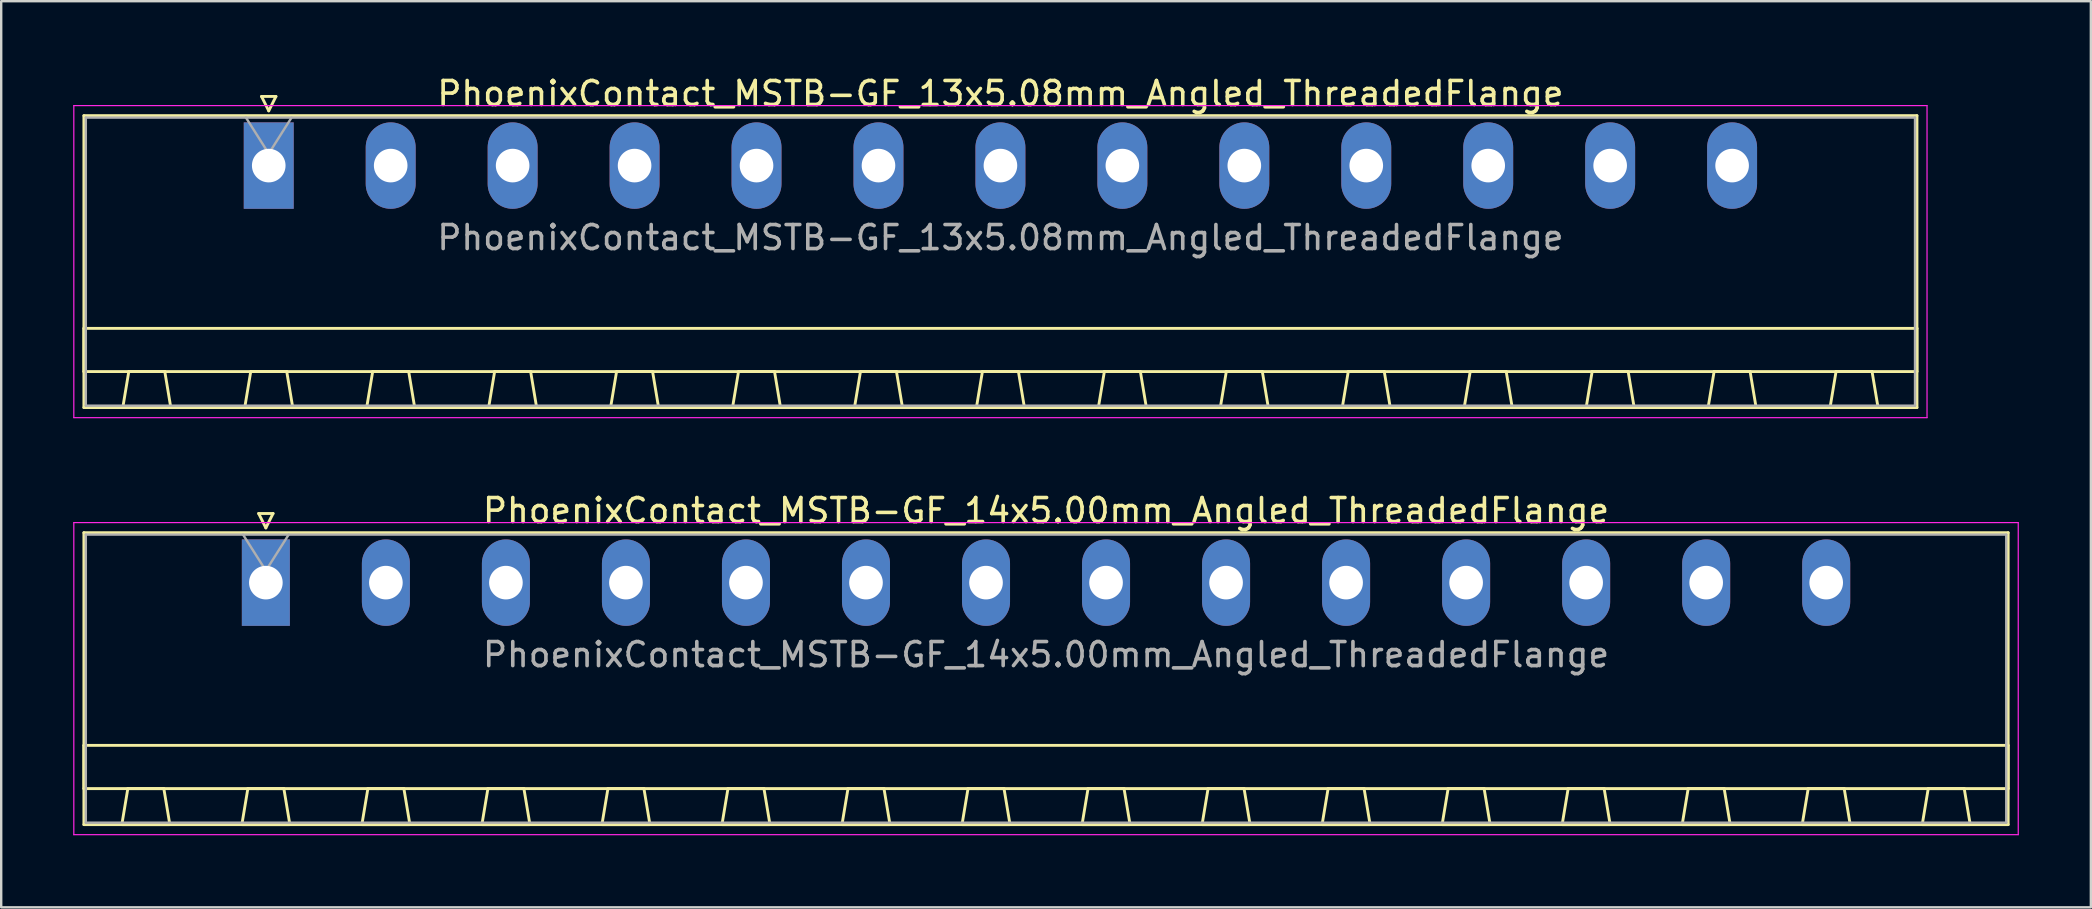
<source format=kicad_pcb>
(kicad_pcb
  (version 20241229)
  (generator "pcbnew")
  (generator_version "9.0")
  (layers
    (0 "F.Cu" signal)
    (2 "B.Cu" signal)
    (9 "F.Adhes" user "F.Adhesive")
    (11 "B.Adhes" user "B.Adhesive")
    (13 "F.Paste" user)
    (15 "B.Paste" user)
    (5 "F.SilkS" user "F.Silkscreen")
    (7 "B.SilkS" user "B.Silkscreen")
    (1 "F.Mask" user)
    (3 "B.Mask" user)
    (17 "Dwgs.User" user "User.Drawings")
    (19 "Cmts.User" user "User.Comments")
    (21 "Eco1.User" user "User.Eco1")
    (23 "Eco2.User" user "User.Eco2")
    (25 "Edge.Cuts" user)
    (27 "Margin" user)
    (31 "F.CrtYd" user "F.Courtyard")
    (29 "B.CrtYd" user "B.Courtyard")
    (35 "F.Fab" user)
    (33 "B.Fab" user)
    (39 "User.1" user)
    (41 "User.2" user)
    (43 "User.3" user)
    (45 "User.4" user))
  (footprint "PhoenixContact_MSTB-GF_13x5.08mm_Angled_ThreadedFlange"
    (layer "F.Cu")
    (at 8.145 3.848)
    (property "Reference" "PhoenixContact_MSTB-GF_13x5.08mm_Angled_ThreadedFlange" (at 30.48 -3 0) (layer "F.SilkS") (effects (font (size 1 1) (thickness 0.15))))
    (attr through_hole)
    (fp_line (start -7.7 -2.08) (end -7.7 10.08) (stroke (width 0.12) (type solid)) (layer "F.SilkS"))
    (fp_line (start -7.7 6.78) (end 68.66 6.78) (stroke (width 0.12) (type solid)) (layer "F.SilkS"))
    (fp_line (start -7.7 8.58) (end -7.7 6.78) (stroke (width 0.12) (type solid)) (layer "F.SilkS"))
    (fp_line (start -7.7 10.08) (end 68.66 10.08) (stroke (width 0.12) (type solid)) (layer "F.SilkS"))
    (fp_line (start -6.08 10.08) (end -4.08 10.08) (stroke (width 0.12) (type solid)) (layer "F.SilkS"))
    (fp_line (start -5.83 8.58) (end -6.08 10.08) (stroke (width 0.12) (type solid)) (layer "F.SilkS"))
    (fp_line (start -4.33 8.58) (end -5.83 8.58) (stroke (width 0.12) (type solid)) (layer "F.SilkS"))
    (fp_line (start -4.08 10.08) (end -4.33 8.58) (stroke (width 0.12) (type solid)) (layer "F.SilkS"))
    (fp_line (start -1 10.08) (end 1 10.08) (stroke (width 0.12) (type solid)) (layer "F.SilkS"))
    (fp_line (start -0.75 8.58) (end -1 10.08) (stroke (width 0.12) (type solid)) (layer "F.SilkS"))
    (fp_line (start -0.3 -2.88) (end 0.3 -2.88) (stroke (width 0.12) (type solid)) (layer "F.SilkS"))
    (fp_line (start 0 -2.28) (end -0.3 -2.88) (stroke (width 0.12) (type solid)) (layer "F.SilkS"))
    (fp_line (start 0.3 -2.88) (end 0 -2.28) (stroke (width 0.12) (type solid)) (layer "F.SilkS"))
    (fp_line (start 0.75 8.58) (end -0.75 8.58) (stroke (width 0.12) (type solid)) (layer "F.SilkS"))
    (fp_line (start 1 10.08) (end 0.75 8.58) (stroke (width 0.12) (type solid)) (layer "F.SilkS"))
    (fp_line (start 4.08 10.08) (end 6.08 10.08) (stroke (width 0.12) (type solid)) (layer "F.SilkS"))
    (fp_line (start 4.33 8.58) (end 4.08 10.08) (stroke (width 0.12) (type solid)) (layer "F.SilkS"))
    (fp_line (start 5.83 8.58) (end 4.33 8.58) (stroke (width 0.12) (type solid)) (layer "F.SilkS"))
    (fp_line (start 6.08 10.08) (end 5.83 8.58) (stroke (width 0.12) (type solid)) (layer "F.SilkS"))
    (fp_line (start 9.16 10.08) (end 11.16 10.08) (stroke (width 0.12) (type solid)) (layer "F.SilkS"))
    (fp_line (start 9.41 8.58) (end 9.16 10.08) (stroke (width 0.12) (type solid)) (layer "F.SilkS"))
    (fp_line (start 10.91 8.58) (end 9.41 8.58) (stroke (width 0.12) (type solid)) (layer "F.SilkS"))
    (fp_line (start 11.16 10.08) (end 10.91 8.58) (stroke (width 0.12) (type solid)) (layer "F.SilkS"))
    (fp_line (start 14.24 10.08) (end 16.24 10.08) (stroke (width 0.12) (type solid)) (layer "F.SilkS"))
    (fp_line (start 14.49 8.58) (end 14.24 10.08) (stroke (width 0.12) (type solid)) (layer "F.SilkS"))
    (fp_line (start 15.99 8.58) (end 14.49 8.58) (stroke (width 0.12) (type solid)) (layer "F.SilkS"))
    (fp_line (start 16.24 10.08) (end 15.99 8.58) (stroke (width 0.12) (type solid)) (layer "F.SilkS"))
    (fp_line (start 19.32 10.08) (end 21.32 10.08) (stroke (width 0.12) (type solid)) (layer "F.SilkS"))
    (fp_line (start 19.57 8.58) (end 19.32 10.08) (stroke (width 0.12) (type solid)) (layer "F.SilkS"))
    (fp_line (start 21.07 8.58) (end 19.57 8.58) (stroke (width 0.12) (type solid)) (layer "F.SilkS"))
    (fp_line (start 21.32 10.08) (end 21.07 8.58) (stroke (width 0.12) (type solid)) (layer "F.SilkS"))
    (fp_line (start 24.4 10.08) (end 26.4 10.08) (stroke (width 0.12) (type solid)) (layer "F.SilkS"))
    (fp_line (start 24.65 8.58) (end 24.4 10.08) (stroke (width 0.12) (type solid)) (layer "F.SilkS"))
    (fp_line (start 26.15 8.58) (end 24.65 8.58) (stroke (width 0.12) (type solid)) (layer "F.SilkS"))
    (fp_line (start 26.4 10.08) (end 26.15 8.58) (stroke (width 0.12) (type solid)) (layer "F.SilkS"))
    (fp_line (start 29.48 10.08) (end 31.48 10.08) (stroke (width 0.12) (type solid)) (layer "F.SilkS"))
    (fp_line (start 29.73 8.58) (end 29.48 10.08) (stroke (width 0.12) (type solid)) (layer "F.SilkS"))
    (fp_line (start 31.23 8.58) (end 29.73 8.58) (stroke (width 0.12) (type solid)) (layer "F.SilkS"))
    (fp_line (start 31.48 10.08) (end 31.23 8.58) (stroke (width 0.12) (type solid)) (layer "F.SilkS"))
    (fp_line (start 34.56 10.08) (end 36.56 10.08) (stroke (width 0.12) (type solid)) (layer "F.SilkS"))
    (fp_line (start 34.81 8.58) (end 34.56 10.08) (stroke (width 0.12) (type solid)) (layer "F.SilkS"))
    (fp_line (start 36.31 8.58) (end 34.81 8.58) (stroke (width 0.12) (type solid)) (layer "F.SilkS"))
    (fp_line (start 36.56 10.08) (end 36.31 8.58) (stroke (width 0.12) (type solid)) (layer "F.SilkS"))
    (fp_line (start 39.64 10.08) (end 41.64 10.08) (stroke (width 0.12) (type solid)) (layer "F.SilkS"))
    (fp_line (start 39.89 8.58) (end 39.64 10.08) (stroke (width 0.12) (type solid)) (layer "F.SilkS"))
    (fp_line (start 41.39 8.58) (end 39.89 8.58) (stroke (width 0.12) (type solid)) (layer "F.SilkS"))
    (fp_line (start 41.64 10.08) (end 41.39 8.58) (stroke (width 0.12) (type solid)) (layer "F.SilkS"))
    (fp_line (start 44.72 10.08) (end 46.72 10.08) (stroke (width 0.12) (type solid)) (layer "F.SilkS"))
    (fp_line (start 44.97 8.58) (end 44.72 10.08) (stroke (width 0.12) (type solid)) (layer "F.SilkS"))
    (fp_line (start 46.47 8.58) (end 44.97 8.58) (stroke (width 0.12) (type solid)) (layer "F.SilkS"))
    (fp_line (start 46.72 10.08) (end 46.47 8.58) (stroke (width 0.12) (type solid)) (layer "F.SilkS"))
    (fp_line (start 49.8 10.08) (end 51.8 10.08) (stroke (width 0.12) (type solid)) (layer "F.SilkS"))
    (fp_line (start 50.05 8.58) (end 49.8 10.08) (stroke (width 0.12) (type solid)) (layer "F.SilkS"))
    (fp_line (start 51.55 8.58) (end 50.05 8.58) (stroke (width 0.12) (type solid)) (layer "F.SilkS"))
    (fp_line (start 51.8 10.08) (end 51.55 8.58) (stroke (width 0.12) (type solid)) (layer "F.SilkS"))
    (fp_line (start 54.88 10.08) (end 56.88 10.08) (stroke (width 0.12) (type solid)) (layer "F.SilkS"))
    (fp_line (start 55.13 8.58) (end 54.88 10.08) (stroke (width 0.12) (type solid)) (layer "F.SilkS"))
    (fp_line (start 56.63 8.58) (end 55.13 8.58) (stroke (width 0.12) (type solid)) (layer "F.SilkS"))
    (fp_line (start 56.88 10.08) (end 56.63 8.58) (stroke (width 0.12) (type solid)) (layer "F.SilkS"))
    (fp_line (start 59.96 10.08) (end 61.96 10.08) (stroke (width 0.12) (type solid)) (layer "F.SilkS"))
    (fp_line (start 60.21 8.58) (end 59.96 10.08) (stroke (width 0.12) (type solid)) (layer "F.SilkS"))
    (fp_line (start 61.71 8.58) (end 60.21 8.58) (stroke (width 0.12) (type solid)) (layer "F.SilkS"))
    (fp_line (start 61.96 10.08) (end 61.71 8.58) (stroke (width 0.12) (type solid)) (layer "F.SilkS"))
    (fp_line (start 65.04 10.08) (end 67.04 10.08) (stroke (width 0.12) (type solid)) (layer "F.SilkS"))
    (fp_line (start 65.29 8.58) (end 65.04 10.08) (stroke (width 0.12) (type solid)) (layer "F.SilkS"))
    (fp_line (start 66.79 8.58) (end 65.29 8.58) (stroke (width 0.12) (type solid)) (layer "F.SilkS"))
    (fp_line (start 67.04 10.08) (end 66.79 8.58) (stroke (width 0.12) (type solid)) (layer "F.SilkS"))
    (fp_line (start 68.66 -2.08) (end -7.7 -2.08) (stroke (width 0.12) (type solid)) (layer "F.SilkS"))
    (fp_line (start 68.66 6.78) (end 68.66 8.58) (stroke (width 0.12) (type solid)) (layer "F.SilkS"))
    (fp_line (start 68.66 8.58) (end -7.7 8.58) (stroke (width 0.12) (type solid)) (layer "F.SilkS"))
    (fp_line (start 68.66 10.08) (end 68.66 -2.08) (stroke (width 0.12) (type solid)) (layer "F.SilkS"))
    (fp_line (start -8.12 -2.5) (end -8.12 10.5) (stroke (width 0.05) (type solid)) (layer "F.CrtYd"))
    (fp_line (start -8.12 10.5) (end 69.08 10.5) (stroke (width 0.05) (type solid)) (layer "F.CrtYd"))
    (fp_line (start 69.08 -2.5) (end -8.12 -2.5) (stroke (width 0.05) (type solid)) (layer "F.CrtYd"))
    (fp_line (start 69.08 10.5) (end 69.08 -2.5) (stroke (width 0.05) (type solid)) (layer "F.CrtYd"))
    (fp_line (start -7.62 -2) (end -7.62 10) (stroke (width 0.1) (type solid)) (layer "F.Fab"))
    (fp_line (start -7.62 10) (end 68.58 10) (stroke (width 0.1) (type solid)) (layer "F.Fab"))
    (fp_line (start 0 -0.5) (end -0.95 -2) (stroke (width 0.1) (type solid)) (layer "F.Fab"))
    (fp_line (start 0.95 -2) (end 0 -0.5) (stroke (width 0.1) (type solid)) (layer "F.Fab"))
    (fp_line (start 68.58 -2) (end -7.62 -2) (stroke (width 0.1) (type solid)) (layer "F.Fab"))
    (fp_line (start 68.58 10) (end 68.58 -2) (stroke (width 0.1) (type solid)) (layer "F.Fab"))
    (fp_text user "${REFERENCE}" (at 30.48 3 0) (layer "F.Fab") (effects (font (size 1 1) (thickness 0.15))))
    (pad "1" thru_hole rect (at 0 0) (size 2.08 3.6) (drill 1.4) (layers "*.Cu" "*.Mask"))
    (pad "2" thru_hole oval (at 5.08 0) (size 2.08 3.6) (drill 1.4) (layers "*.Cu" "*.Mask"))
    (pad "3" thru_hole oval (at 10.16 0) (size 2.08 3.6) (drill 1.4) (layers "*.Cu" "*.Mask"))
    (pad "4" thru_hole oval (at 15.24 0) (size 2.08 3.6) (drill 1.4) (layers "*.Cu" "*.Mask"))
    (pad "5" thru_hole oval (at 20.32 0) (size 2.08 3.6) (drill 1.4) (layers "*.Cu" "*.Mask"))
    (pad "6" thru_hole oval (at 25.4 0) (size 2.08 3.6) (drill 1.4) (layers "*.Cu" "*.Mask"))
    (pad "7" thru_hole oval (at 30.48 0) (size 2.08 3.6) (drill 1.4) (layers "*.Cu" "*.Mask"))
    (pad "8" thru_hole oval (at 35.56 0) (size 2.08 3.6) (drill 1.4) (layers "*.Cu" "*.Mask"))
    (pad "9" thru_hole oval (at 40.64 0) (size 2.08 3.6) (drill 1.4) (layers "*.Cu" "*.Mask"))
    (pad "10" thru_hole oval (at 45.72 0) (size 2.08 3.6) (drill 1.4) (layers "*.Cu" "*.Mask"))
    (pad "11" thru_hole oval (at 50.8 0) (size 2.08 3.6) (drill 1.4) (layers "*.Cu" "*.Mask"))
    (pad "12" thru_hole oval (at 55.88 0) (size 2.08 3.6) (drill 1.4) (layers "*.Cu" "*.Mask"))
    (pad "13" thru_hole oval (at 60.96 0) (size 2.08 3.6) (drill 1.4) (layers "*.Cu" "*.Mask")))
  (footprint "PhoenixContact_MSTB-GF_14x5.00mm_Angled_ThreadedFlange"
    (layer "F.Cu")
    (at 8.025 21.221)
    (property "Reference" "PhoenixContact_MSTB-GF_14x5.00mm_Angled_ThreadedFlange" (at 32.5 -3 0) (layer "F.SilkS") (effects (font (size 1 1) (thickness 0.15))))
    (attr through_hole)
    (fp_line (start -7.58 -2.08) (end -7.58 10.08) (stroke (width 0.12) (type solid)) (layer "F.SilkS"))
    (fp_line (start -7.58 6.78) (end 72.58 6.78) (stroke (width 0.12) (type solid)) (layer "F.SilkS"))
    (fp_line (start -7.58 8.58) (end -7.58 6.78) (stroke (width 0.12) (type solid)) (layer "F.SilkS"))
    (fp_line (start -7.58 10.08) (end 72.58 10.08) (stroke (width 0.12) (type solid)) (layer "F.SilkS"))
    (fp_line (start -6 10.08) (end -4 10.08) (stroke (width 0.12) (type solid)) (layer "F.SilkS"))
    (fp_line (start -5.75 8.58) (end -6 10.08) (stroke (width 0.12) (type solid)) (layer "F.SilkS"))
    (fp_line (start -4.25 8.58) (end -5.75 8.58) (stroke (width 0.12) (type solid)) (layer "F.SilkS"))
    (fp_line (start -4 10.08) (end -4.25 8.58) (stroke (width 0.12) (type solid)) (layer "F.SilkS"))
    (fp_line (start -1 10.08) (end 1 10.08) (stroke (width 0.12) (type solid)) (layer "F.SilkS"))
    (fp_line (start -0.75 8.58) (end -1 10.08) (stroke (width 0.12) (type solid)) (layer "F.SilkS"))
    (fp_line (start -0.3 -2.88) (end 0.3 -2.88) (stroke (width 0.12) (type solid)) (layer "F.SilkS"))
    (fp_line (start 0 -2.28) (end -0.3 -2.88) (stroke (width 0.12) (type solid)) (layer "F.SilkS"))
    (fp_line (start 0.3 -2.88) (end 0 -2.28) (stroke (width 0.12) (type solid)) (layer "F.SilkS"))
    (fp_line (start 0.75 8.58) (end -0.75 8.58) (stroke (width 0.12) (type solid)) (layer "F.SilkS"))
    (fp_line (start 1 10.08) (end 0.75 8.58) (stroke (width 0.12) (type solid)) (layer "F.SilkS"))
    (fp_line (start 4 10.08) (end 6 10.08) (stroke (width 0.12) (type solid)) (layer "F.SilkS"))
    (fp_line (start 4.25 8.58) (end 4 10.08) (stroke (width 0.12) (type solid)) (layer "F.SilkS"))
    (fp_line (start 5.75 8.58) (end 4.25 8.58) (stroke (width 0.12) (type solid)) (layer "F.SilkS"))
    (fp_line (start 6 10.08) (end 5.75 8.58) (stroke (width 0.12) (type solid)) (layer "F.SilkS"))
    (fp_line (start 9 10.08) (end 11 10.08) (stroke (width 0.12) (type solid)) (layer "F.SilkS"))
    (fp_line (start 9.25 8.58) (end 9 10.08) (stroke (width 0.12) (type solid)) (layer "F.SilkS"))
    (fp_line (start 10.75 8.58) (end 9.25 8.58) (stroke (width 0.12) (type solid)) (layer "F.SilkS"))
    (fp_line (start 11 10.08) (end 10.75 8.58) (stroke (width 0.12) (type solid)) (layer "F.SilkS"))
    (fp_line (start 14 10.08) (end 16 10.08) (stroke (width 0.12) (type solid)) (layer "F.SilkS"))
    (fp_line (start 14.25 8.58) (end 14 10.08) (stroke (width 0.12) (type solid)) (layer "F.SilkS"))
    (fp_line (start 15.75 8.58) (end 14.25 8.58) (stroke (width 0.12) (type solid)) (layer "F.SilkS"))
    (fp_line (start 16 10.08) (end 15.75 8.58) (stroke (width 0.12) (type solid)) (layer "F.SilkS"))
    (fp_line (start 19 10.08) (end 21 10.08) (stroke (width 0.12) (type solid)) (layer "F.SilkS"))
    (fp_line (start 19.25 8.58) (end 19 10.08) (stroke (width 0.12) (type solid)) (layer "F.SilkS"))
    (fp_line (start 20.75 8.58) (end 19.25 8.58) (stroke (width 0.12) (type solid)) (layer "F.SilkS"))
    (fp_line (start 21 10.08) (end 20.75 8.58) (stroke (width 0.12) (type solid)) (layer "F.SilkS"))
    (fp_line (start 24 10.08) (end 26 10.08) (stroke (width 0.12) (type solid)) (layer "F.SilkS"))
    (fp_line (start 24.25 8.58) (end 24 10.08) (stroke (width 0.12) (type solid)) (layer "F.SilkS"))
    (fp_line (start 25.75 8.58) (end 24.25 8.58) (stroke (width 0.12) (type solid)) (layer "F.SilkS"))
    (fp_line (start 26 10.08) (end 25.75 8.58) (stroke (width 0.12) (type solid)) (layer "F.SilkS"))
    (fp_line (start 29 10.08) (end 31 10.08) (stroke (width 0.12) (type solid)) (layer "F.SilkS"))
    (fp_line (start 29.25 8.58) (end 29 10.08) (stroke (width 0.12) (type solid)) (layer "F.SilkS"))
    (fp_line (start 30.75 8.58) (end 29.25 8.58) (stroke (width 0.12) (type solid)) (layer "F.SilkS"))
    (fp_line (start 31 10.08) (end 30.75 8.58) (stroke (width 0.12) (type solid)) (layer "F.SilkS"))
    (fp_line (start 34 10.08) (end 36 10.08) (stroke (width 0.12) (type solid)) (layer "F.SilkS"))
    (fp_line (start 34.25 8.58) (end 34 10.08) (stroke (width 0.12) (type solid)) (layer "F.SilkS"))
    (fp_line (start 35.75 8.58) (end 34.25 8.58) (stroke (width 0.12) (type solid)) (layer "F.SilkS"))
    (fp_line (start 36 10.08) (end 35.75 8.58) (stroke (width 0.12) (type solid)) (layer "F.SilkS"))
    (fp_line (start 39 10.08) (end 41 10.08) (stroke (width 0.12) (type solid)) (layer "F.SilkS"))
    (fp_line (start 39.25 8.58) (end 39 10.08) (stroke (width 0.12) (type solid)) (layer "F.SilkS"))
    (fp_line (start 40.75 8.58) (end 39.25 8.58) (stroke (width 0.12) (type solid)) (layer "F.SilkS"))
    (fp_line (start 41 10.08) (end 40.75 8.58) (stroke (width 0.12) (type solid)) (layer "F.SilkS"))
    (fp_line (start 44 10.08) (end 46 10.08) (stroke (width 0.12) (type solid)) (layer "F.SilkS"))
    (fp_line (start 44.25 8.58) (end 44 10.08) (stroke (width 0.12) (type solid)) (layer "F.SilkS"))
    (fp_line (start 45.75 8.58) (end 44.25 8.58) (stroke (width 0.12) (type solid)) (layer "F.SilkS"))
    (fp_line (start 46 10.08) (end 45.75 8.58) (stroke (width 0.12) (type solid)) (layer "F.SilkS"))
    (fp_line (start 49 10.08) (end 51 10.08) (stroke (width 0.12) (type solid)) (layer "F.SilkS"))
    (fp_line (start 49.25 8.58) (end 49 10.08) (stroke (width 0.12) (type solid)) (layer "F.SilkS"))
    (fp_line (start 50.75 8.58) (end 49.25 8.58) (stroke (width 0.12) (type solid)) (layer "F.SilkS"))
    (fp_line (start 51 10.08) (end 50.75 8.58) (stroke (width 0.12) (type solid)) (layer "F.SilkS"))
    (fp_line (start 54 10.08) (end 56 10.08) (stroke (width 0.12) (type solid)) (layer "F.SilkS"))
    (fp_line (start 54.25 8.58) (end 54 10.08) (stroke (width 0.12) (type solid)) (layer "F.SilkS"))
    (fp_line (start 55.75 8.58) (end 54.25 8.58) (stroke (width 0.12) (type solid)) (layer "F.SilkS"))
    (fp_line (start 56 10.08) (end 55.75 8.58) (stroke (width 0.12) (type solid)) (layer "F.SilkS"))
    (fp_line (start 59 10.08) (end 61 10.08) (stroke (width 0.12) (type solid)) (layer "F.SilkS"))
    (fp_line (start 59.25 8.58) (end 59 10.08) (stroke (width 0.12) (type solid)) (layer "F.SilkS"))
    (fp_line (start 60.75 8.58) (end 59.25 8.58) (stroke (width 0.12) (type solid)) (layer "F.SilkS"))
    (fp_line (start 61 10.08) (end 60.75 8.58) (stroke (width 0.12) (type solid)) (layer "F.SilkS"))
    (fp_line (start 64 10.08) (end 66 10.08) (stroke (width 0.12) (type solid)) (layer "F.SilkS"))
    (fp_line (start 64.25 8.58) (end 64 10.08) (stroke (width 0.12) (type solid)) (layer "F.SilkS"))
    (fp_line (start 65.75 8.58) (end 64.25 8.58) (stroke (width 0.12) (type solid)) (layer "F.SilkS"))
    (fp_line (start 66 10.08) (end 65.75 8.58) (stroke (width 0.12) (type solid)) (layer "F.SilkS"))
    (fp_line (start 69 10.08) (end 71 10.08) (stroke (width 0.12) (type solid)) (layer "F.SilkS"))
    (fp_line (start 69.25 8.58) (end 69 10.08) (stroke (width 0.12) (type solid)) (layer "F.SilkS"))
    (fp_line (start 70.75 8.58) (end 69.25 8.58) (stroke (width 0.12) (type solid)) (layer "F.SilkS"))
    (fp_line (start 71 10.08) (end 70.75 8.58) (stroke (width 0.12) (type solid)) (layer "F.SilkS"))
    (fp_line (start 72.58 -2.08) (end -7.58 -2.08) (stroke (width 0.12) (type solid)) (layer "F.SilkS"))
    (fp_line (start 72.58 6.78) (end 72.58 8.58) (stroke (width 0.12) (type solid)) (layer "F.SilkS"))
    (fp_line (start 72.58 8.58) (end -7.58 8.58) (stroke (width 0.12) (type solid)) (layer "F.SilkS"))
    (fp_line (start 72.58 10.08) (end 72.58 -2.08) (stroke (width 0.12) (type solid)) (layer "F.SilkS"))
    (fp_line (start -8 -2.5) (end -8 10.5) (stroke (width 0.05) (type solid)) (layer "F.CrtYd"))
    (fp_line (start -8 10.5) (end 73 10.5) (stroke (width 0.05) (type solid)) (layer "F.CrtYd"))
    (fp_line (start 73 -2.5) (end -8 -2.5) (stroke (width 0.05) (type solid)) (layer "F.CrtYd"))
    (fp_line (start 73 10.5) (end 73 -2.5) (stroke (width 0.05) (type solid)) (layer "F.CrtYd"))
    (fp_line (start -7.5 -2) (end -7.5 10) (stroke (width 0.1) (type solid)) (layer "F.Fab"))
    (fp_line (start -7.5 10) (end 72.5 10) (stroke (width 0.1) (type solid)) (layer "F.Fab"))
    (fp_line (start 0 -0.5) (end -0.95 -2) (stroke (width 0.1) (type solid)) (layer "F.Fab"))
    (fp_line (start 0.95 -2) (end 0 -0.5) (stroke (width 0.1) (type solid)) (layer "F.Fab"))
    (fp_line (start 72.5 -2) (end -7.5 -2) (stroke (width 0.1) (type solid)) (layer "F.Fab"))
    (fp_line (start 72.5 10) (end 72.5 -2) (stroke (width 0.1) (type solid)) (layer "F.Fab"))
    (fp_text user "${REFERENCE}" (at 32.5 3 0) (layer "F.Fab") (effects (font (size 1 1) (thickness 0.15))))
    (pad "1" thru_hole rect (at 0 0) (size 2 3.6) (drill 1.4) (layers "*.Cu" "*.Mask"))
    (pad "2" thru_hole oval (at 5 0) (size 2 3.6) (drill 1.4) (layers "*.Cu" "*.Mask"))
    (pad "3" thru_hole oval (at 10 0) (size 2 3.6) (drill 1.4) (layers "*.Cu" "*.Mask"))
    (pad "4" thru_hole oval (at 15 0) (size 2 3.6) (drill 1.4) (layers "*.Cu" "*.Mask"))
    (pad "5" thru_hole oval (at 20 0) (size 2 3.6) (drill 1.4) (layers "*.Cu" "*.Mask"))
    (pad "6" thru_hole oval (at 25 0) (size 2 3.6) (drill 1.4) (layers "*.Cu" "*.Mask"))
    (pad "7" thru_hole oval (at 30 0) (size 2 3.6) (drill 1.4) (layers "*.Cu" "*.Mask"))
    (pad "8" thru_hole oval (at 35 0) (size 2 3.6) (drill 1.4) (layers "*.Cu" "*.Mask"))
    (pad "9" thru_hole oval (at 40 0) (size 2 3.6) (drill 1.4) (layers "*.Cu" "*.Mask"))
    (pad "10" thru_hole oval (at 45 0) (size 2 3.6) (drill 1.4) (layers "*.Cu" "*.Mask"))
    (pad "11" thru_hole oval (at 50 0) (size 2 3.6) (drill 1.4) (layers "*.Cu" "*.Mask"))
    (pad "12" thru_hole oval (at 55 0) (size 2 3.6) (drill 1.4) (layers "*.Cu" "*.Mask"))
    (pad "13" thru_hole oval (at 60 0) (size 2 3.6) (drill 1.4) (layers "*.Cu" "*.Mask"))
    (pad "14" thru_hole oval (at 65 0) (size 2 3.6) (drill 1.4) (layers "*.Cu" "*.Mask")))
  (gr_rect
    (start -3 -3)
    (end 84.05 34.746)
    (stroke (width 0.1) (type default))
    (fill no)
    (layer "Edge.Cuts")))
</source>
